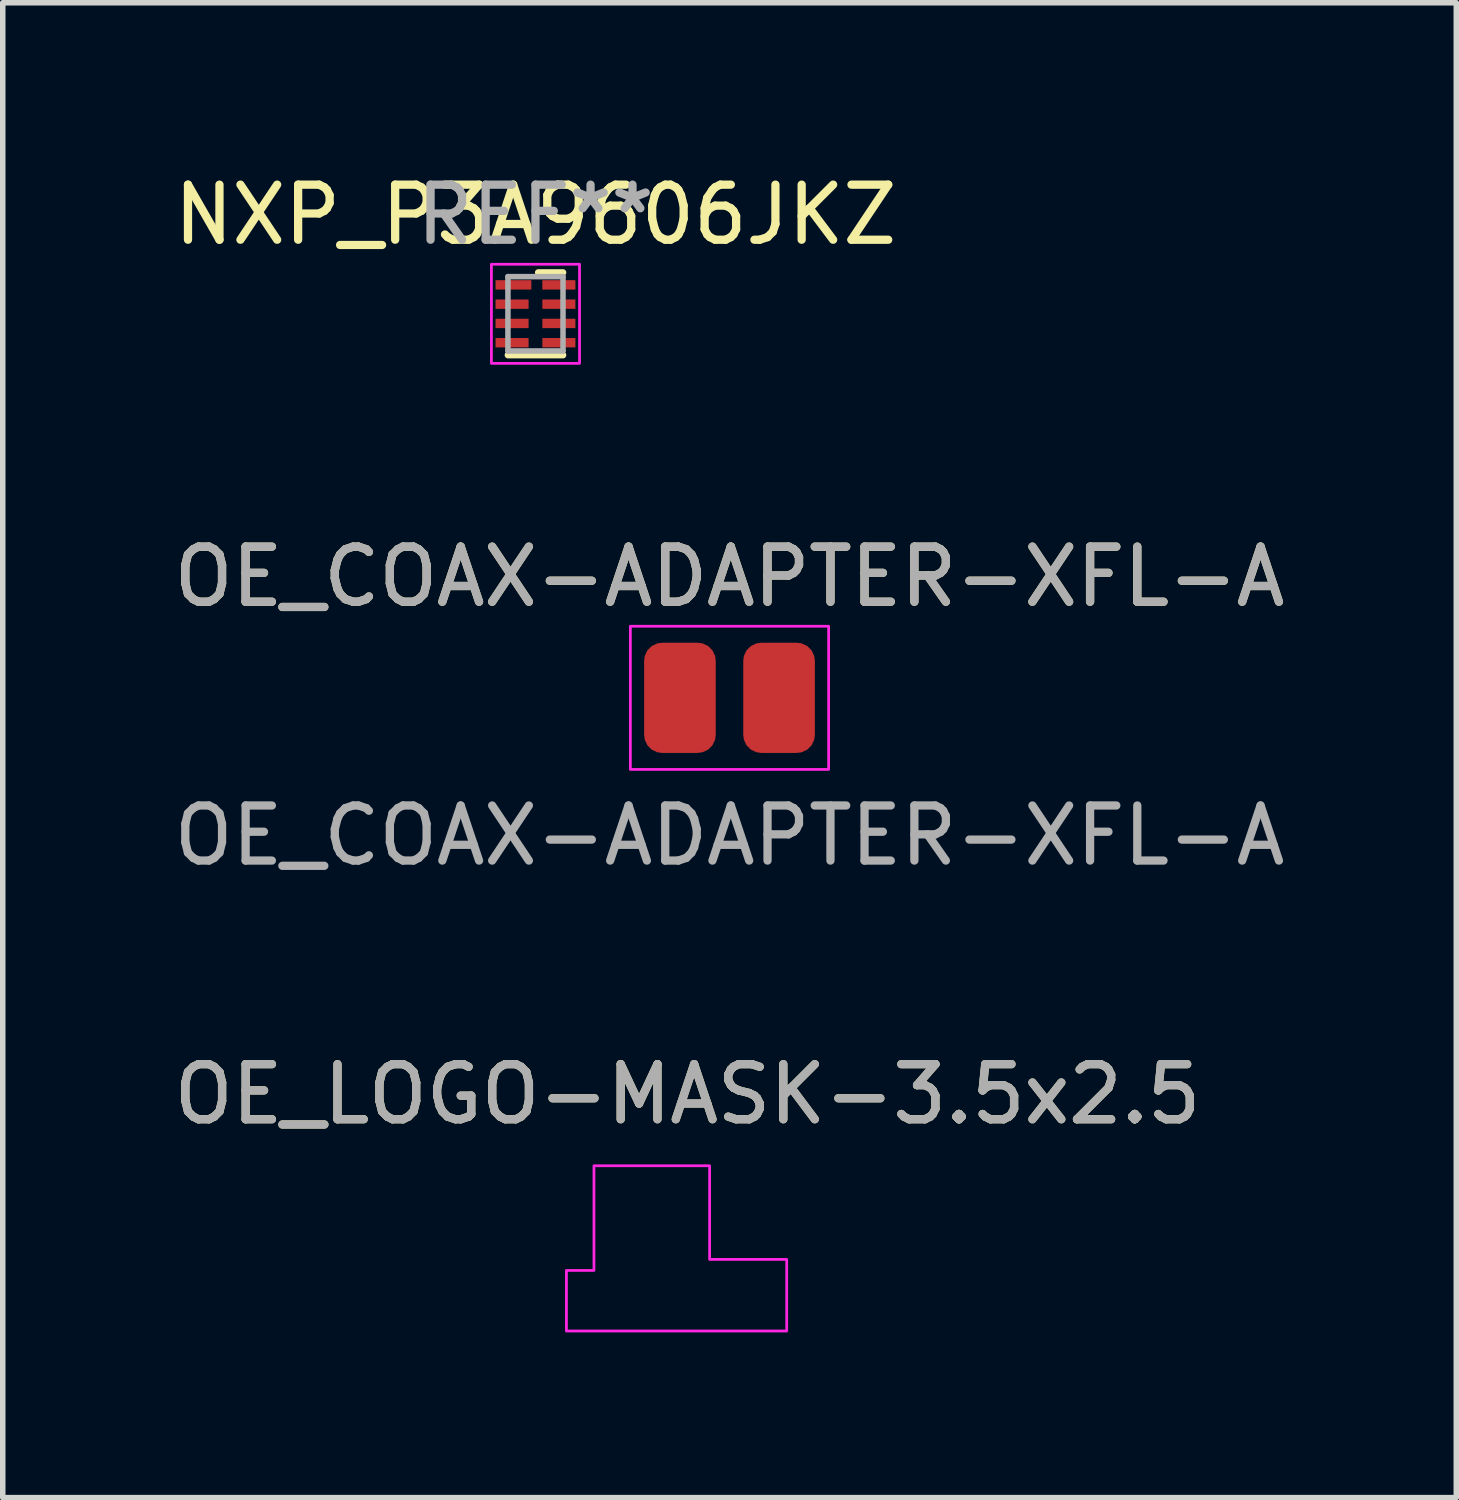
<source format=kicad_pcb>
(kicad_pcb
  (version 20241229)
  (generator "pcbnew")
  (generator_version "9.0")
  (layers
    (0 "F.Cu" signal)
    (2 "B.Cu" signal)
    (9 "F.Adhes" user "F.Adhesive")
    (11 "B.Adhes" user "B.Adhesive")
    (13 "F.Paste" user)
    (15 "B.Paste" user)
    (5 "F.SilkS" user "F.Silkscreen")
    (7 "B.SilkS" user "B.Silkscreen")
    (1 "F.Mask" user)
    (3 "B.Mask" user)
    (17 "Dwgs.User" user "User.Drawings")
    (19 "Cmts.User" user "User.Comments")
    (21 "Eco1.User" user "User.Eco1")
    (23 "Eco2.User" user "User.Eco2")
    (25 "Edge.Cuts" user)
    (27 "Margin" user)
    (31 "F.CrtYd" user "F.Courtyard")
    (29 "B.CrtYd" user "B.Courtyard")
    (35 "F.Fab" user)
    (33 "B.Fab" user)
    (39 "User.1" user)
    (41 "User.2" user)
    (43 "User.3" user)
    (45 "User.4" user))
  (footprint "OE_LOGO-MASK-3.5x2.5"
    (layer "F.Cu")
    (at 9.435 20.018)
    (property "Reference" "OE_LOGO-MASK-3.5x2.5" (at 0 -3.2 0) (unlocked yes) (layer "F.SilkS") (effects (font (size 1 1) (thickness 0.15))))
    (attr smd)
    (fp_line (start -2.035 0.285) (end -2.035 0.545) (stroke (width 0.09) (type solid)) (layer "F.Mask"))
    (fp_line (start -1.945 0.635) (end -1.895 0.635) (stroke (width 0.09) (type solid)) (layer "F.Mask"))
    (fp_line (start -1.885 0.195) (end -1.945 0.195) (stroke (width 0.09) (type solid)) (layer "F.Mask"))
    (fp_line (start -1.795 0.545) (end -1.795 0.285) (stroke (width 0.09) (type solid)) (layer "F.Mask"))
    (fp_line (start -1.63 0.195) (end -1.63 0.635) (stroke (width 0.09) (type solid)) (layer "F.Mask"))
    (fp_line (start -1.63 0.635) (end -1.48 0.635) (stroke (width 0.09) (type solid)) (layer "F.Mask"))
    (fp_line (start -1.63 0.64) (end -1.63 0.9) (stroke (width 0.09) (type solid)) (layer "F.Mask"))
    (fp_line (start -1.485 -0.785) (end -0.835 -1.385) (stroke (width 0.138) (type solid)) (layer "F.Mask"))
    (fp_line (start -1.485 -0.785) (end 0.215 -0.635) (stroke (width 0.138) (type solid)) (layer "F.Mask"))
    (fp_line (start -1.48 0.195) (end -1.63 0.195) (stroke (width 0.09) (type solid)) (layer "F.Mask"))
    (fp_line (start -1.39 0.545) (end -1.39 0.285) (stroke (width 0.09) (type solid)) (layer "F.Mask"))
    (fp_line (start -1.225 0.285) (end -1.225 0.545) (stroke (width 0.09) (type solid)) (layer "F.Mask"))
    (fp_line (start -1.195 0.415) (end -0.985 0.415) (stroke (width 0.09) (type solid)) (layer "F.Mask"))
    (fp_line (start -1.135 0.635) (end -1.045 0.635) (stroke (width 0.09) (type solid)) (layer "F.Mask"))
    (fp_line (start -1.075 0.195) (end -1.135 0.195) (stroke (width 0.09) (type solid)) (layer "F.Mask"))
    (fp_line (start -0.985 0.295) (end -0.985 0.415) (stroke (width 0.09) (type solid)) (layer "F.Mask"))
    (fp_line (start -0.835 -1.385) (end 0.065 -0.135) (stroke (width 0.138) (type solid)) (layer "F.Mask"))
    (fp_line (start -0.815 0.195) (end -0.815 0.635) (stroke (width 0.09) (type solid)) (layer "F.Mask"))
    (fp_line (start -0.665 0.195) (end -0.815 0.195) (stroke (width 0.09) (type solid)) (layer "F.Mask"))
    (fp_line (start -0.575 0.635) (end -0.575 0.285) (stroke (width 0.09) (type solid)) (layer "F.Mask"))
    (fp_line (start -0.235 -1.735) (end 0.215 -0.635) (stroke (width 0.138) (type solid)) (layer "F.Mask"))
    (fp_line (start -0.215 0.285) (end -0.215 0.545) (stroke (width 0.09) (type solid)) (layer "F.Mask"))
    (fp_line (start -0.185 0.415) (end 0.025 0.415) (stroke (width 0.09) (type solid)) (layer "F.Mask"))
    (fp_line (start -0.125 0.635) (end -0.035 0.635) (stroke (width 0.09) (type solid)) (layer "F.Mask"))
    (fp_line (start -0.065 0.195) (end -0.125 0.195) (stroke (width 0.09) (type solid)) (layer "F.Mask"))
    (fp_line (start 0.025 0.295) (end 0.025 0.415) (stroke (width 0.09) (type solid)) (layer "F.Mask"))
    (fp_line (start 0.065 -0.135) (end -1.485 -0.785) (stroke (width 0.138) (type solid)) (layer "F.Mask"))
    (fp_line (start 0.065 -0.135) (end -0.235 -1.735) (stroke (width 0.138) (type solid)) (layer "F.Mask"))
    (fp_line (start 0.065 -0.135) (end 0.215 -0.635) (stroke (width 0.138) (type solid)) (layer "F.Mask"))
    (fp_line (start 0.185 0.195) (end 0.185 0.635) (stroke (width 0.09) (type solid)) (layer "F.Mask"))
    (fp_line (start 0.185 0.635) (end 0.335 0.635) (stroke (width 0.09) (type solid)) (layer "F.Mask"))
    (fp_line (start 0.185 0.64) (end 0.185 0.9) (stroke (width 0.09) (type solid)) (layer "F.Mask"))
    (fp_line (start 0.215 -0.635) (end -0.835 -1.385) (stroke (width 0.138) (type solid)) (layer "F.Mask"))
    (fp_line (start 0.335 0.195) (end 0.185 0.195) (stroke (width 0.09) (type solid)) (layer "F.Mask"))
    (fp_line (start 0.425 0.545) (end 0.425 0.285) (stroke (width 0.09) (type solid)) (layer "F.Mask"))
    (fp_line (start 0.605 0.63) (end 0.605 -0.08) (stroke (width 0.09) (type solid)) (layer "F.Mask"))
    (fp_line (start 0.755 0.195) (end 0.64 0.195) (stroke (width 0.09) (type solid)) (layer "F.Mask"))
    (fp_line (start 0.85 0.635) (end 0.845 0.285) (stroke (width 0.09) (type solid)) (layer "F.Mask"))
    (fp_line (start 0.96 0.15) (end 1.125 0.63) (stroke (width 0.09) (type solid)) (layer "F.Mask"))
    (fp_line (start 0.985 0.895) (end 0.96 0.895) (stroke (width 0.09) (type solid)) (layer "F.Mask"))
    (fp_line (start 1.03 0.885) (end 0.985 0.895) (stroke (width 0.09) (type solid)) (layer "F.Mask"))
    (fp_line (start 1.065 0.835) (end 1.03 0.885) (stroke (width 0.09) (type solid)) (layer "F.Mask"))
    (fp_line (start 1.28 0.15) (end 1.07 0.825) (stroke (width 0.09) (type solid)) (layer "F.Mask"))
    (fp_line (start 1.385 0.27) (end 1.385 0.295) (stroke (width 0.09) (type solid)) (layer "F.Mask"))
    (fp_line (start 1.385 0.295) (end 1.39 0.32) (stroke (width 0.09) (type solid)) (layer "F.Mask"))
    (fp_line (start 1.39 0.32) (end 1.41 0.35) (stroke (width 0.09) (type solid)) (layer "F.Mask"))
    (fp_line (start 1.395 0.61) (end 1.395 0.6) (stroke (width 0.09) (type solid)) (layer "F.Mask"))
    (fp_line (start 1.405 0.625) (end 1.395 0.61) (stroke (width 0.09) (type solid)) (layer "F.Mask"))
    (fp_line (start 1.41 0.35) (end 1.49 0.41) (stroke (width 0.09) (type solid)) (layer "F.Mask"))
    (fp_line (start 1.43 0.64) (end 1.405 0.625) (stroke (width 0.09) (type solid)) (layer "F.Mask"))
    (fp_line (start 1.45 0.65) (end 1.43 0.64) (stroke (width 0.09) (type solid)) (layer "F.Mask"))
    (fp_line (start 1.455 0.65) (end 1.515 0.65) (stroke (width 0.09) (type solid)) (layer "F.Mask"))
    (fp_line (start 1.535 0.175) (end 1.475 0.175) (stroke (width 0.09) (type solid)) (layer "F.Mask"))
    (fp_line (start 1.54 0.175) (end 1.56 0.185) (stroke (width 0.09) (type solid)) (layer "F.Mask"))
    (fp_line (start 1.555 0.46) (end 1.475 0.4) (stroke (width 0.09) (type solid)) (layer "F.Mask"))
    (fp_line (start 1.56 0.185) (end 1.585 0.2) (stroke (width 0.09) (type solid)) (layer "F.Mask"))
    (fp_line (start 1.585 0.2) (end 1.595 0.215) (stroke (width 0.09) (type solid)) (layer "F.Mask"))
    (fp_line (start 1.595 0.215) (end 1.595 0.225) (stroke (width 0.09) (type solid)) (layer "F.Mask"))
    (fp_line (start 1.6 0.505) (end 1.555 0.46) (stroke (width 0.09) (type solid)) (layer "F.Mask"))
    (fp_line (start 1.605 0.53) (end 1.6 0.505) (stroke (width 0.09) (type solid)) (layer "F.Mask"))
    (fp_line (start 1.605 0.555) (end 1.605 0.53) (stroke (width 0.09) (type solid)) (layer "F.Mask"))
    (fp_arc (start -2.035 0.285) (mid -2.00864 0.22136) (end -1.945 0.195) (stroke (width 0.09) (type solid)) (layer "F.Mask"))
    (fp_arc (start -1.945 0.635) (mid -2.00864 0.60864) (end -2.035 0.545) (stroke (width 0.09) (type solid)) (layer "F.Mask"))
    (fp_arc (start -1.885 0.195) (mid -1.82136 0.22136) (end -1.795 0.285) (stroke (width 0.09) (type solid)) (layer "F.Mask"))
    (fp_arc (start -1.795 0.545) (mid -1.826361 0.61071) (end -1.895 0.635) (stroke (width 0.09) (type solid)) (layer "F.Mask"))
    (fp_arc (start -1.48 0.195) (mid -1.41636 0.22136) (end -1.39 0.285) (stroke (width 0.09) (type solid)) (layer "F.Mask"))
    (fp_arc (start -1.39 0.545) (mid -1.41636 0.60864) (end -1.48 0.635) (stroke (width 0.09) (type solid)) (layer "F.Mask"))
    (fp_arc (start -1.225 0.285) (mid -1.19864 0.22136) (end -1.135 0.195) (stroke (width 0.09) (type solid)) (layer "F.Mask"))
    (fp_arc (start -1.135 0.635) (mid -1.19864 0.60864) (end -1.225 0.545) (stroke (width 0.09) (type solid)) (layer "F.Mask"))
    (fp_arc (start -1.075 0.195) (mid -1.01136 0.22136) (end -0.985 0.285) (stroke (width 0.09) (type solid)) (layer "F.Mask"))
    (fp_arc (start -1.01 0.6) (mid -1.020251 0.624749) (end -1.045 0.635) (stroke (width 0.09) (type solid)) (layer "F.Mask"))
    (fp_arc (start -0.665 0.195) (mid -0.60136 0.22136) (end -0.575 0.285) (stroke (width 0.09) (type solid)) (layer "F.Mask"))
    (fp_arc (start -0.215 0.285) (mid -0.18864 0.22136) (end -0.125 0.195) (stroke (width 0.09) (type solid)) (layer "F.Mask"))
    (fp_arc (start -0.125 0.635) (mid -0.18864 0.60864) (end -0.215 0.545) (stroke (width 0.09) (type solid)) (layer "F.Mask"))
    (fp_arc (start -0.065 0.195) (mid -0.00136 0.22136) (end 0.025 0.285) (stroke (width 0.09) (type solid)) (layer "F.Mask"))
    (fp_arc (start 0 0.6) (mid -0.010251 0.624749) (end -0.035 0.635) (stroke (width 0.09) (type solid)) (layer "F.Mask"))
    (fp_arc (start 0.335 0.195) (mid 0.39864 0.22136) (end 0.425 0.285) (stroke (width 0.09) (type solid)) (layer "F.Mask"))
    (fp_arc (start 0.425 0.545) (mid 0.39864 0.60864) (end 0.335 0.635) (stroke (width 0.09) (type solid)) (layer "F.Mask"))
    (fp_arc (start 0.755 0.195) (mid 0.81864 0.22136) (end 0.845 0.285) (stroke (width 0.09) (type solid)) (layer "F.Mask"))
    (fp_arc (start 1.385 0.265) (mid 1.41136 0.20136) (end 1.475 0.175) (stroke (width 0.09) (type solid)) (layer "F.Mask"))
    (fp_arc (start 1.605 0.56) (mid 1.57864 0.62364) (end 1.515 0.65) (stroke (width 0.09) (type solid)) (layer "F.Mask"))
    (fp_poly (pts (xy 0.4 -0.2) (xy 1.8 -0.2) (xy 1.8 1.1) (xy -2.2 1.1) (xy -2.2 0) (xy -1.7 0) (xy -1.7 -1.9) (xy 0.4 -1.9)) (stroke (width 0.05) (type solid)) (fill no) (layer "F.CrtYd"))
    (fp_text user "${REFERENCE}" (at 0 -3.2 0) (unlocked yes) (layer "F.Fab") (effects (font (size 1 1) (thickness 0.15)))))
  (footprint "NXP_P3A9606JKZ"
    (layer "F.Cu")
    (at 6.673 2.648)
    (property "Reference" "NXP_P3A9606JKZ" (at 0 -1.8 0) (layer "F.SilkS") (effects (font (size 1 1) (thickness 0.15))))
    (attr smd)
    (fp_line (start -0.5 0.75) (end 0.5 0.75) (stroke (width 0.12) (type solid)) (layer "F.SilkS"))
    (fp_line (start 0.05 -0.75) (end 0.5 -0.75) (stroke (width 0.12) (type solid)) (layer "F.SilkS"))
    (fp_rect (start -0.8 -0.9) (end 0.8 0.9) (stroke (width 0.05) (type solid)) (fill no) (layer "F.CrtYd"))
    (fp_line (start -0.5 -0.675) (end 0.5 -0.675) (stroke (width 0.1) (type solid)) (layer "F.Fab"))
    (fp_line (start -0.5 0.675) (end -0.5 -0.675) (stroke (width 0.1) (type solid)) (layer "F.Fab"))
    (fp_line (start 0.5 -0.675) (end 0.5 0.675) (stroke (width 0.1) (type solid)) (layer "F.Fab"))
    (fp_line (start 0.5 0.675) (end -0.5 0.675) (stroke (width 0.1) (type solid)) (layer "F.Fab"))
    (fp_text user "REF**" (at 0 -1.8 0) (unlocked yes) (layer "F.Fab") (effects (font (size 1 1) (thickness 0.15))))
    (pad "1" smd rect (at -0.4 -0.525 90) (size 0.17 0.65) (layers "F.Cu" "F.Mask" "F.Paste"))
    (pad "2" smd rect (at -0.425 -0.175 90) (size 0.17 0.6) (layers "F.Cu" "F.Mask" "F.Paste"))
    (pad "3" smd rect (at -0.425 0.175 90) (size 0.17 0.6) (layers "F.Cu" "F.Mask" "F.Paste"))
    (pad "4" smd rect (at -0.425 0.525 90) (size 0.17 0.6) (layers "F.Cu" "F.Mask" "F.Paste"))
    (pad "5" smd rect (at 0.425 0.525 90) (size 0.17 0.6) (layers "F.Cu" "F.Mask" "F.Paste"))
    (pad "6" smd rect (at 0.425 0.175 90) (size 0.17 0.6) (layers "F.Cu" "F.Mask" "F.Paste"))
    (pad "7" smd rect (at 0.425 -0.175 90) (size 0.17 0.6) (layers "F.Cu" "F.Mask" "F.Paste"))
    (pad "8" smd rect (at 0.425 -0.525 90) (size 0.17 0.6) (layers "F.Cu" "F.Mask" "F.Paste")))
  (footprint "OE_COAX-ADAPTER-XFL-A"
    (layer "F.Cu")
    (at 10.196 9.621)
    (property "Reference" "OE_COAX-ADAPTER-XFL-A" (at 0 -2.2 0) (unlocked yes) (layer "F.SilkS") (effects (font (size 1 1) (thickness 0.15))))
    (attr smd)
    (fp_rect (start -1.8 1.3) (end 1.8 -1.3) (stroke (width 0.05) (type solid)) (fill no) (layer "F.CrtYd"))
    (fp_text user "${REFERENCE}" (at 0 2.5 0) (unlocked yes) (layer "F.Fab") (effects (font (size 1 1) (thickness 0.15))))
    (fp_text user "${REFERENCE}" (at 0 -2.2 0) (unlocked yes) (layer "F.Fab") (effects (font (size 1 1) (thickness 0.15))))
    (pad "1" smd roundrect (at 0.9 0 180) (size 1.3 2) (layers "F.Cu" "F.Mask") (roundrect_rratio 0.25))
    (pad "2" smd roundrect (at -0.9 0 180) (size 1.3 2) (layers "F.Cu" "F.Mask") (roundrect_rratio 0.25)))
  (gr_rect
    (start -3 -3)
    (end 23.393 24.143)
    (stroke (width 0.1) (type default))
    (fill no)
    (layer "Edge.Cuts")))
</source>
